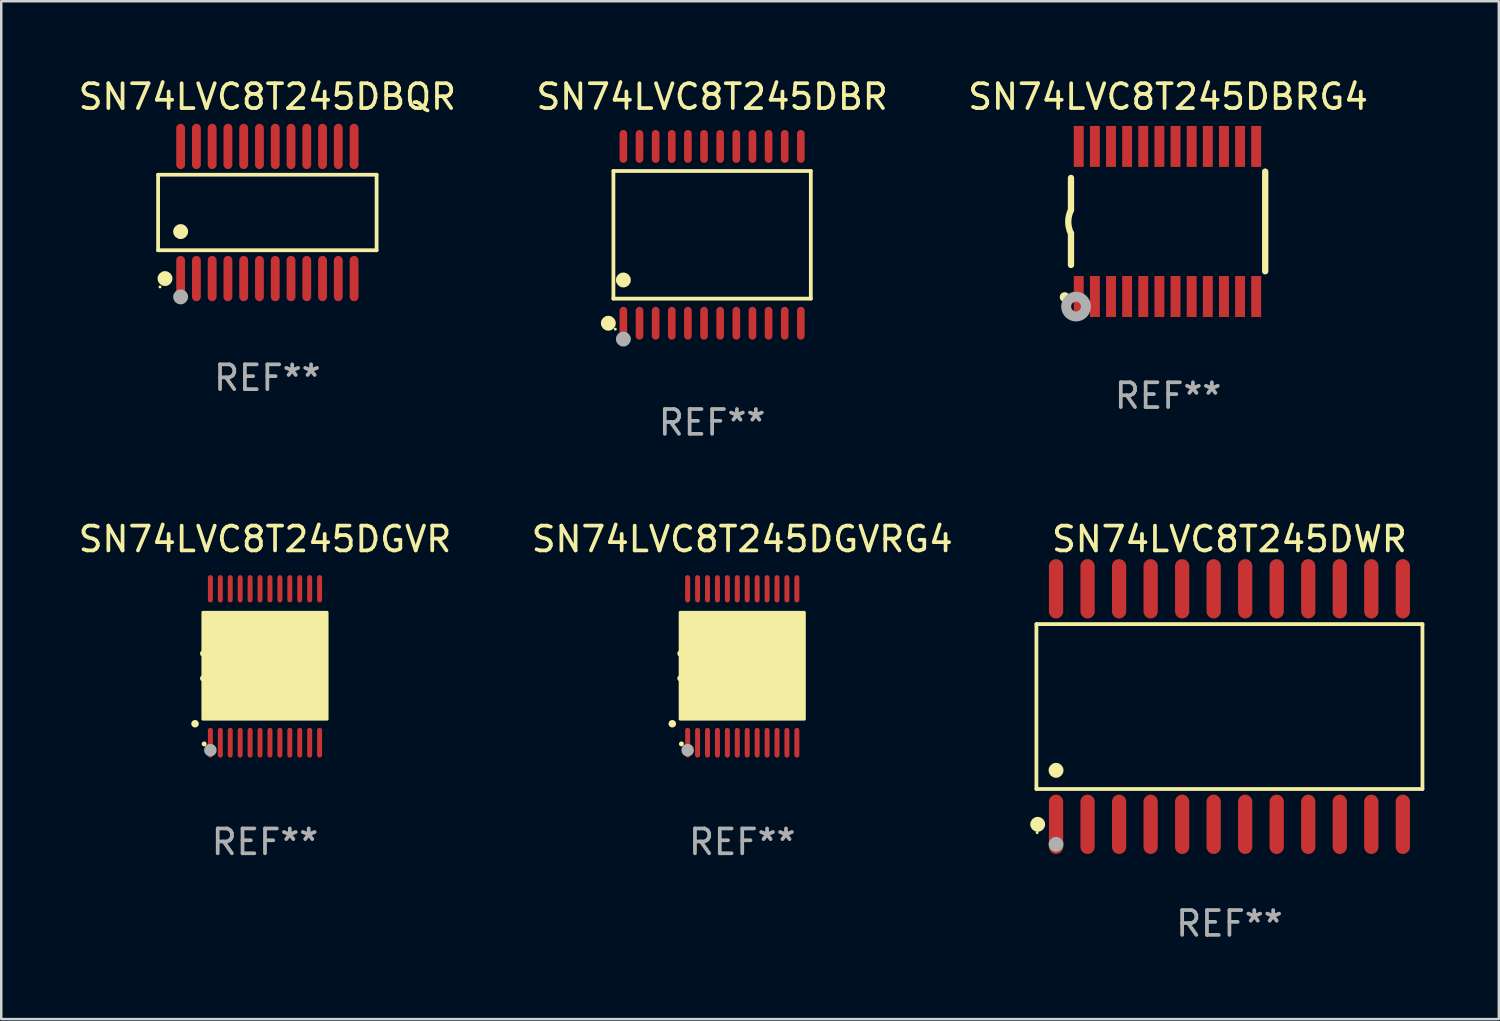
<source format=kicad_pcb>
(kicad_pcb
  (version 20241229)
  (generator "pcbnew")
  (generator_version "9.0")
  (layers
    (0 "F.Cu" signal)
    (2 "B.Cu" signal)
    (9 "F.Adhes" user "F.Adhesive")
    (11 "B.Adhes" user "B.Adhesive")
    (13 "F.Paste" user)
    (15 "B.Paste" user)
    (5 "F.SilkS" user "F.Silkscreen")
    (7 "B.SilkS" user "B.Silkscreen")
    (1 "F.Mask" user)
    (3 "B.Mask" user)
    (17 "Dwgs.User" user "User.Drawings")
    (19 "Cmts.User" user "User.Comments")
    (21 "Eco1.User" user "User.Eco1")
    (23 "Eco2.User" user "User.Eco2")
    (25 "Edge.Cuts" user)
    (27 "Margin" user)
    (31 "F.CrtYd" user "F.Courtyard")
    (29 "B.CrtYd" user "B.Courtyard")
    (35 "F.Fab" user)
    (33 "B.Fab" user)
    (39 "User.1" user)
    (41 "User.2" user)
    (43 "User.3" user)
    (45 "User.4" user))
  (footprint "SN74LVC8T245DBQR"
    (layer "F.Cu")
    (at 7.72 5.51)
    (property "Reference" "SN74LVC8T245DBQR" (at 0 -4.662 0) (layer "F.SilkS") (effects (font (size 1 1) (thickness 0.15))))
    (attr through_hole)
    (fp_line (start -4.401 -1.521) (end 4.401 -1.521) (stroke (width 0.152) (type solid)) (layer "F.SilkS"))
    (fp_line (start -4.401 1.521) (end -4.401 -1.521) (stroke (width 0.152) (type solid)) (layer "F.SilkS"))
    (fp_line (start 4.401 -1.521) (end 4.401 1.521) (stroke (width 0.152) (type solid)) (layer "F.SilkS"))
    (fp_line (start 4.401 1.521) (end -4.401 1.521) (stroke (width 0.152) (type solid)) (layer "F.SilkS"))
    (fp_circle (center -4.325 3) (end -4.295 3) (stroke (width 0.06) (type solid)) (fill no) (layer "F.SilkS"))
    (fp_circle (center -4.123 2.662) (end -3.973 2.662) (stroke (width 0.3) (type solid)) (fill no) (layer "F.SilkS"))
    (fp_circle (center -3.493 0.769) (end -3.342 0.769) (stroke (width 0.3) (type solid)) (fill no) (layer "F.SilkS"))
    (fp_circle (center -3.493 3.4) (end -3.342 3.4) (stroke (width 0.3) (type solid)) (fill no) (layer "F.Fab"))
    (fp_text user "REF**" (at 0 6.662 0) (layer "F.Fab") (effects (font (size 1 1) (thickness 0.15))))
    (pad "1" smd oval (at -3.493 2.662) (size 0.356 1.824) (layers "F.Cu" "F.Mask" "F.Paste"))
    (pad "2" smd oval (at -2.858 2.662) (size 0.356 1.824) (layers "F.Cu" "F.Mask" "F.Paste"))
    (pad "3" smd oval (at -2.223 2.662) (size 0.356 1.824) (layers "F.Cu" "F.Mask" "F.Paste"))
    (pad "4" smd oval (at -1.588 2.662) (size 0.356 1.824) (layers "F.Cu" "F.Mask" "F.Paste"))
    (pad "5" smd oval (at -0.953 2.662) (size 0.356 1.824) (layers "F.Cu" "F.Mask" "F.Paste"))
    (pad "6" smd oval (at -0.318 2.662) (size 0.356 1.824) (layers "F.Cu" "F.Mask" "F.Paste"))
    (pad "7" smd oval (at 0.318 2.662) (size 0.356 1.824) (layers "F.Cu" "F.Mask" "F.Paste"))
    (pad "8" smd oval (at 0.953 2.662) (size 0.356 1.824) (layers "F.Cu" "F.Mask" "F.Paste"))
    (pad "9" smd oval (at 1.588 2.662) (size 0.356 1.824) (layers "F.Cu" "F.Mask" "F.Paste"))
    (pad "10" smd oval (at 2.223 2.662) (size 0.356 1.824) (layers "F.Cu" "F.Mask" "F.Paste"))
    (pad "11" smd oval (at 2.858 2.662) (size 0.356 1.824) (layers "F.Cu" "F.Mask" "F.Paste"))
    (pad "12" smd oval (at 3.493 2.662) (size 0.356 1.824) (layers "F.Cu" "F.Mask" "F.Paste"))
    (pad "13" smd oval (at 3.493 -2.662) (size 0.356 1.824) (layers "F.Cu" "F.Mask" "F.Paste"))
    (pad "14" smd oval (at 2.858 -2.662) (size 0.356 1.824) (layers "F.Cu" "F.Mask" "F.Paste"))
    (pad "15" smd oval (at 2.223 -2.662) (size 0.356 1.824) (layers "F.Cu" "F.Mask" "F.Paste"))
    (pad "16" smd oval (at 1.588 -2.662) (size 0.356 1.824) (layers "F.Cu" "F.Mask" "F.Paste"))
    (pad "17" smd oval (at 0.953 -2.662) (size 0.356 1.824) (layers "F.Cu" "F.Mask" "F.Paste"))
    (pad "18" smd oval (at 0.318 -2.662) (size 0.356 1.824) (layers "F.Cu" "F.Mask" "F.Paste"))
    (pad "19" smd oval (at -0.318 -2.662) (size 0.356 1.824) (layers "F.Cu" "F.Mask" "F.Paste"))
    (pad "20" smd oval (at -0.953 -2.662) (size 0.356 1.824) (layers "F.Cu" "F.Mask" "F.Paste"))
    (pad "21" smd oval (at -1.588 -2.662) (size 0.356 1.824) (layers "F.Cu" "F.Mask" "F.Paste"))
    (pad "22" smd oval (at -2.223 -2.662) (size 0.356 1.824) (layers "F.Cu" "F.Mask" "F.Paste"))
    (pad "23" smd oval (at -2.858 -2.662) (size 0.356 1.824) (layers "F.Cu" "F.Mask" "F.Paste"))
    (pad "24" smd oval (at -3.493 -2.662) (size 0.356 1.824) (layers "F.Cu" "F.Mask" "F.Paste")))
  (footprint "SN74LVC8T245DGVR"
    (layer "F.Cu")
    (at 7.625 23.769)
    (property "Reference" "SN74LVC8T245DGVR" (at 0 -5.1 0) (layer "F.SilkS") (effects (font (size 1 1) (thickness 0.15))))
    (attr through_hole)
    (fp_arc (start -2.819355 2.336703) (mid -2.818085 2.336698) (end -2.816815 2.336703) (stroke (width 0.3) (type solid)) (layer "F.SilkS"))
    (fp_arc (start -2.489154 -0.492863) (mid -1.989154 0.007518) (end -2.489154 0.507899) (stroke (width 0.254001) (type solid)) (layer "F.SilkS"))
    (fp_circle (center -2.45 3.15) (end -2.4 3.15) (stroke (width 0.1) (type solid)) (fill no) (layer "F.SilkS"))
    (fp_poly (pts (xy -2.5 -2.15) (xy 2.5 -2.15) (xy 2.5 2.15) (xy -2.5 2.15)) (stroke (width 0.12) (type solid)) (fill yes) (layer "F.SilkS"))
    (fp_circle (center -2.2 3.4) (end -2.073 3.4) (stroke (width 0.254) (type solid)) (fill no) (layer "F.Fab"))
    (fp_text user "REF**" (at 0 7.1 0) (layer "F.Fab") (effects (font (size 1 1) (thickness 0.15))))
    (pad "1" smd oval (at -2.2 3.1 180) (size 0.2 1.2) (layers "F.Cu" "F.Mask" "F.Paste"))
    (pad "2" smd oval (at -1.8 3.1 180) (size 0.2 1.2) (layers "F.Cu" "F.Mask" "F.Paste"))
    (pad "3" smd oval (at -1.4 3.1 180) (size 0.2 1.2) (layers "F.Cu" "F.Mask" "F.Paste"))
    (pad "4" smd oval (at -1 3.1 180) (size 0.2 1.2) (layers "F.Cu" "F.Mask" "F.Paste"))
    (pad "5" smd oval (at -0.6 3.1 180) (size 0.2 1.2) (layers "F.Cu" "F.Mask" "F.Paste"))
    (pad "6" smd oval (at -0.2 3.1 180) (size 0.2 1.2) (layers "F.Cu" "F.Mask" "F.Paste"))
    (pad "7" smd oval (at 0.2 3.1 180) (size 0.2 1.2) (layers "F.Cu" "F.Mask" "F.Paste"))
    (pad "8" smd oval (at 0.6 3.1 180) (size 0.2 1.2) (layers "F.Cu" "F.Mask" "F.Paste"))
    (pad "9" smd oval (at 1 3.1 180) (size 0.2 1.2) (layers "F.Cu" "F.Mask" "F.Paste"))
    (pad "10" smd oval (at 1.4 3.1 180) (size 0.2 1.2) (layers "F.Cu" "F.Mask" "F.Paste"))
    (pad "11" smd oval (at 1.8 3.1 180) (size 0.2 1.2) (layers "F.Cu" "F.Mask" "F.Paste"))
    (pad "12" smd oval (at 2.2 3.1 180) (size 0.2 1.2) (layers "F.Cu" "F.Mask" "F.Paste"))
    (pad "13" smd oval (at 2.2 -3.1 180) (size 0.2 1.1) (layers "F.Cu" "F.Mask" "F.Paste"))
    (pad "14" smd oval (at 1.8 -3.1 180) (size 0.2 1.1) (layers "F.Cu" "F.Mask" "F.Paste"))
    (pad "15" smd oval (at 1.4 -3.1 180) (size 0.2 1.1) (layers "F.Cu" "F.Mask" "F.Paste"))
    (pad "16" smd oval (at 1 -3.1 180) (size 0.2 1.1) (layers "F.Cu" "F.Mask" "F.Paste"))
    (pad "17" smd oval (at 0.6 -3.1 180) (size 0.2 1.1) (layers "F.Cu" "F.Mask" "F.Paste"))
    (pad "18" smd oval (at 0.2 -3.1 180) (size 0.2 1.1) (layers "F.Cu" "F.Mask" "F.Paste"))
    (pad "19" smd oval (at -0.2 -3.1 180) (size 0.2 1.1) (layers "F.Cu" "F.Mask" "F.Paste"))
    (pad "20" smd oval (at -0.6 -3.1 180) (size 0.2 1.1) (layers "F.Cu" "F.Mask" "F.Paste"))
    (pad "21" smd oval (at -1 -3.1 180) (size 0.2 1.1) (layers "F.Cu" "F.Mask" "F.Paste"))
    (pad "22" smd oval (at -1.4 -3.1 180) (size 0.2 1.1) (layers "F.Cu" "F.Mask" "F.Paste"))
    (pad "23" smd oval (at -1.8 -3.1 180) (size 0.2 1.1) (layers "F.Cu" "F.Mask" "F.Paste"))
    (pad "24" smd oval (at -2.2 -3.1 180) (size 0.2 1.1) (layers "F.Cu" "F.Mask" "F.Paste")))
  (footprint "SN74LVC8T245DBR"
    (layer "F.Cu")
    (at 25.637 6.41)
    (property "Reference" "SN74LVC8T245DBR" (at 0 -5.562 0) (layer "F.SilkS") (effects (font (size 1 1) (thickness 0.15))))
    (attr through_hole)
    (fp_line (start -3.976 -2.571) (end 3.976 -2.571) (stroke (width 0.152) (type solid)) (layer "F.SilkS"))
    (fp_line (start -3.976 2.571) (end -3.976 -2.571) (stroke (width 0.152) (type solid)) (layer "F.SilkS"))
    (fp_line (start 3.976 -2.571) (end 3.976 2.571) (stroke (width 0.152) (type solid)) (layer "F.SilkS"))
    (fp_line (start 3.976 2.571) (end -3.976 2.571) (stroke (width 0.152) (type solid)) (layer "F.SilkS"))
    (fp_circle (center -4.181 3.562) (end -4.031 3.562) (stroke (width 0.3) (type solid)) (fill no) (layer "F.SilkS"))
    (fp_circle (center -3.9 3.8) (end -3.87 3.8) (stroke (width 0.06) (type solid)) (fill no) (layer "F.SilkS"))
    (fp_circle (center -3.575 1.819) (end -3.425 1.819) (stroke (width 0.3) (type solid)) (fill no) (layer "F.SilkS"))
    (fp_circle (center -3.575 4.2) (end -3.425 4.2) (stroke (width 0.3) (type solid)) (fill no) (layer "F.Fab"))
    (fp_text user "REF**" (at 0 7.562 0) (layer "F.Fab") (effects (font (size 1 1) (thickness 0.15))))
    (pad "1" smd oval (at -3.575 3.562) (size 0.308 1.324) (layers "F.Cu" "F.Mask" "F.Paste"))
    (pad "2" smd oval (at -2.925 3.562) (size 0.308 1.324) (layers "F.Cu" "F.Mask" "F.Paste"))
    (pad "3" smd oval (at -2.275 3.562) (size 0.308 1.324) (layers "F.Cu" "F.Mask" "F.Paste"))
    (pad "4" smd oval (at -1.625 3.562) (size 0.308 1.324) (layers "F.Cu" "F.Mask" "F.Paste"))
    (pad "5" smd oval (at -0.975 3.562) (size 0.308 1.324) (layers "F.Cu" "F.Mask" "F.Paste"))
    (pad "6" smd oval (at -0.325 3.562) (size 0.308 1.324) (layers "F.Cu" "F.Mask" "F.Paste"))
    (pad "7" smd oval (at 0.325 3.562) (size 0.308 1.324) (layers "F.Cu" "F.Mask" "F.Paste"))
    (pad "8" smd oval (at 0.975 3.562) (size 0.308 1.324) (layers "F.Cu" "F.Mask" "F.Paste"))
    (pad "9" smd oval (at 1.625 3.562) (size 0.308 1.324) (layers "F.Cu" "F.Mask" "F.Paste"))
    (pad "10" smd oval (at 2.275 3.562) (size 0.308 1.324) (layers "F.Cu" "F.Mask" "F.Paste"))
    (pad "11" smd oval (at 2.925 3.562) (size 0.308 1.324) (layers "F.Cu" "F.Mask" "F.Paste"))
    (pad "12" smd oval (at 3.575 3.562) (size 0.308 1.324) (layers "F.Cu" "F.Mask" "F.Paste"))
    (pad "13" smd oval (at 3.575 -3.562) (size 0.308 1.324) (layers "F.Cu" "F.Mask" "F.Paste"))
    (pad "14" smd oval (at 2.925 -3.562) (size 0.308 1.324) (layers "F.Cu" "F.Mask" "F.Paste"))
    (pad "15" smd oval (at 2.275 -3.562) (size 0.308 1.324) (layers "F.Cu" "F.Mask" "F.Paste"))
    (pad "16" smd oval (at 1.625 -3.562) (size 0.308 1.324) (layers "F.Cu" "F.Mask" "F.Paste"))
    (pad "17" smd oval (at 0.975 -3.562) (size 0.308 1.324) (layers "F.Cu" "F.Mask" "F.Paste"))
    (pad "18" smd oval (at 0.325 -3.562) (size 0.308 1.324) (layers "F.Cu" "F.Mask" "F.Paste"))
    (pad "19" smd oval (at -0.325 -3.562) (size 0.308 1.324) (layers "F.Cu" "F.Mask" "F.Paste"))
    (pad "20" smd oval (at -0.975 -3.562) (size 0.308 1.324) (layers "F.Cu" "F.Mask" "F.Paste"))
    (pad "21" smd oval (at -1.625 -3.562) (size 0.308 1.324) (layers "F.Cu" "F.Mask" "F.Paste"))
    (pad "22" smd oval (at -2.275 -3.562) (size 0.308 1.324) (layers "F.Cu" "F.Mask" "F.Paste"))
    (pad "23" smd oval (at -2.925 -3.562) (size 0.308 1.324) (layers "F.Cu" "F.Mask" "F.Paste"))
    (pad "24" smd oval (at -3.575 -3.562) (size 0.308 1.324) (layers "F.Cu" "F.Mask" "F.Paste")))
  (footprint "SN74LVC8T245DBRG4"
    (layer "F.Cu")
    (at 44.006 5.871)
    (property "Reference" "SN74LVC8T245DBRG4" (at 0 -5.023 0) (layer "F.SilkS") (effects (font (size 1 1) (thickness 0.15))))
    (attr through_hole)
    (fp_line (start -3.912 -0.483) (end -3.912 -1.753) (stroke (width 0.254) (type solid)) (layer "F.SilkS"))
    (fp_line (start -3.912 1.753) (end -3.912 0.483) (stroke (width 0.254) (type solid)) (layer "F.SilkS"))
    (fp_line (start 3.912 -2.007) (end 3.912 2.007) (stroke (width 0.254) (type solid)) (layer "F.SilkS"))
    (fp_arc (start -3.911608 0.482601) (mid -4.022537 0.0127) (end -3.911608 -0.457201) (stroke (width 0.254001) (type solid)) (layer "F.SilkS"))
    (fp_circle (center -4.166 3.048) (end -4.066 3.048) (stroke (width 0.2) (type solid)) (fill no) (layer "F.SilkS"))
    (fp_circle (center -3.925 3.186) (end -3.895 3.186) (stroke (width 0.06) (type solid)) (fill no) (layer "F.SilkS"))
    (fp_circle (center -3.708 3.429) (end -3.509 3.429) (stroke (width 0.4) (type solid)) (fill no) (layer "F.Fab"))
    (fp_text user "REF**" (at 0 7.023 0) (layer "F.Fab") (effects (font (size 1 1) (thickness 0.15))))
    (pad "1" smd rect (at -3.6 3.023) (size 0.4 1.65) (layers "F.Cu" "F.Mask" "F.Paste"))
    (pad "2" smd rect (at -2.95 3.023) (size 0.4 1.65) (layers "F.Cu" "F.Mask" "F.Paste"))
    (pad "3" smd rect (at -2.3 3.023) (size 0.4 1.65) (layers "F.Cu" "F.Mask" "F.Paste"))
    (pad "4" smd rect (at -1.65 3.023) (size 0.4 1.65) (layers "F.Cu" "F.Mask" "F.Paste"))
    (pad "5" smd rect (at -1 3.023) (size 0.4 1.65) (layers "F.Cu" "F.Mask" "F.Paste"))
    (pad "6" smd rect (at -0.35 3.023) (size 0.4 1.65) (layers "F.Cu" "F.Mask" "F.Paste"))
    (pad "7" smd rect (at 0.299 3.023) (size 0.4 1.65) (layers "F.Cu" "F.Mask" "F.Paste"))
    (pad "8" smd rect (at 0.95 3.023) (size 0.4 1.65) (layers "F.Cu" "F.Mask" "F.Paste"))
    (pad "9" smd rect (at 1.6 3.023) (size 0.4 1.65) (layers "F.Cu" "F.Mask" "F.Paste"))
    (pad "10" smd rect (at 2.25 3.023) (size 0.4 1.65) (layers "F.Cu" "F.Mask" "F.Paste"))
    (pad "11" smd rect (at 2.9 3.023) (size 0.4 1.65) (layers "F.Cu" "F.Mask" "F.Paste"))
    (pad "12" smd rect (at 3.549 3.023) (size 0.4 1.65) (layers "F.Cu" "F.Mask" "F.Paste"))
    (pad "13" smd rect (at 3.549 -3.023) (size 0.4 1.65) (layers "F.Cu" "F.Mask" "F.Paste"))
    (pad "14" smd rect (at 2.9 -3.023) (size 0.4 1.65) (layers "F.Cu" "F.Mask" "F.Paste"))
    (pad "15" smd rect (at 2.25 -3.023) (size 0.4 1.65) (layers "F.Cu" "F.Mask" "F.Paste"))
    (pad "16" smd rect (at 1.6 -3.023) (size 0.4 1.65) (layers "F.Cu" "F.Mask" "F.Paste"))
    (pad "17" smd rect (at 0.95 -3.023) (size 0.4 1.65) (layers "F.Cu" "F.Mask" "F.Paste"))
    (pad "18" smd rect (at 0.299 -3.023) (size 0.4 1.65) (layers "F.Cu" "F.Mask" "F.Paste"))
    (pad "19" smd rect (at -0.35 -3.023) (size 0.4 1.65) (layers "F.Cu" "F.Mask" "F.Paste"))
    (pad "20" smd rect (at -1 -3.023) (size 0.4 1.65) (layers "F.Cu" "F.Mask" "F.Paste"))
    (pad "21" smd rect (at -1.65 -3.023) (size 0.4 1.65) (layers "F.Cu" "F.Mask" "F.Paste"))
    (pad "22" smd rect (at -2.3 -3.023) (size 0.4 1.65) (layers "F.Cu" "F.Mask" "F.Paste"))
    (pad "23" smd rect (at -2.95 -3.023) (size 0.4 1.65) (layers "F.Cu" "F.Mask" "F.Paste"))
    (pad "24" smd rect (at -3.6 -3.023) (size 0.4 1.65) (layers "F.Cu" "F.Mask" "F.Paste")))
  (footprint "SN74LVC8T245DGVRG4"
    (layer "F.Cu")
    (at 26.851 23.769)
    (property "Reference" "SN74LVC8T245DGVRG4" (at 0 -5.1 0) (layer "F.SilkS") (effects (font (size 1 1) (thickness 0.15))))
    (attr through_hole)
    (fp_arc (start -2.819355 2.336703) (mid -2.818085 2.336698) (end -2.816815 2.336703) (stroke (width 0.3) (type solid)) (layer "F.SilkS"))
    (fp_arc (start -2.489154 -0.492863) (mid -1.989154 0.007518) (end -2.489154 0.507899) (stroke (width 0.254001) (type solid)) (layer "F.SilkS"))
    (fp_circle (center -2.45 3.15) (end -2.4 3.15) (stroke (width 0.1) (type solid)) (fill no) (layer "F.SilkS"))
    (fp_poly (pts (xy -2.5 -2.15) (xy 2.5 -2.15) (xy 2.5 2.15) (xy -2.5 2.15)) (stroke (width 0.12) (type solid)) (fill yes) (layer "F.SilkS"))
    (fp_circle (center -2.2 3.4) (end -2.073 3.4) (stroke (width 0.254) (type solid)) (fill no) (layer "F.Fab"))
    (fp_text user "REF**" (at 0 7.1 0) (layer "F.Fab") (effects (font (size 1 1) (thickness 0.15))))
    (pad "1" smd oval (at -2.2 3.1 180) (size 0.2 1.2) (layers "F.Cu" "F.Mask" "F.Paste"))
    (pad "2" smd oval (at -1.8 3.1 180) (size 0.2 1.2) (layers "F.Cu" "F.Mask" "F.Paste"))
    (pad "3" smd oval (at -1.4 3.1 180) (size 0.2 1.2) (layers "F.Cu" "F.Mask" "F.Paste"))
    (pad "4" smd oval (at -1 3.1 180) (size 0.2 1.2) (layers "F.Cu" "F.Mask" "F.Paste"))
    (pad "5" smd oval (at -0.6 3.1 180) (size 0.2 1.2) (layers "F.Cu" "F.Mask" "F.Paste"))
    (pad "6" smd oval (at -0.2 3.1 180) (size 0.2 1.2) (layers "F.Cu" "F.Mask" "F.Paste"))
    (pad "7" smd oval (at 0.2 3.1 180) (size 0.2 1.2) (layers "F.Cu" "F.Mask" "F.Paste"))
    (pad "8" smd oval (at 0.6 3.1 180) (size 0.2 1.2) (layers "F.Cu" "F.Mask" "F.Paste"))
    (pad "9" smd oval (at 1 3.1 180) (size 0.2 1.2) (layers "F.Cu" "F.Mask" "F.Paste"))
    (pad "10" smd oval (at 1.4 3.1 180) (size 0.2 1.2) (layers "F.Cu" "F.Mask" "F.Paste"))
    (pad "11" smd oval (at 1.8 3.1 180) (size 0.2 1.2) (layers "F.Cu" "F.Mask" "F.Paste"))
    (pad "12" smd oval (at 2.2 3.1 180) (size 0.2 1.2) (layers "F.Cu" "F.Mask" "F.Paste"))
    (pad "13" smd oval (at 2.2 -3.1 180) (size 0.2 1.1) (layers "F.Cu" "F.Mask" "F.Paste"))
    (pad "14" smd oval (at 1.8 -3.1 180) (size 0.2 1.1) (layers "F.Cu" "F.Mask" "F.Paste"))
    (pad "15" smd oval (at 1.4 -3.1 180) (size 0.2 1.1) (layers "F.Cu" "F.Mask" "F.Paste"))
    (pad "16" smd oval (at 1 -3.1 180) (size 0.2 1.1) (layers "F.Cu" "F.Mask" "F.Paste"))
    (pad "17" smd oval (at 0.6 -3.1 180) (size 0.2 1.1) (layers "F.Cu" "F.Mask" "F.Paste"))
    (pad "18" smd oval (at 0.2 -3.1 180) (size 0.2 1.1) (layers "F.Cu" "F.Mask" "F.Paste"))
    (pad "19" smd oval (at -0.2 -3.1 180) (size 0.2 1.1) (layers "F.Cu" "F.Mask" "F.Paste"))
    (pad "20" smd oval (at -0.6 -3.1 180) (size 0.2 1.1) (layers "F.Cu" "F.Mask" "F.Paste"))
    (pad "21" smd oval (at -1 -3.1 180) (size 0.2 1.1) (layers "F.Cu" "F.Mask" "F.Paste"))
    (pad "22" smd oval (at -1.4 -3.1 180) (size 0.2 1.1) (layers "F.Cu" "F.Mask" "F.Paste"))
    (pad "23" smd oval (at -1.8 -3.1 180) (size 0.2 1.1) (layers "F.Cu" "F.Mask" "F.Paste"))
    (pad "24" smd oval (at -2.2 -3.1 180) (size 0.2 1.1) (layers "F.Cu" "F.Mask" "F.Paste")))
  (footprint "SN74LVC8T245DWR"
    (layer "F.Cu")
    (at 46.477 25.413)
    (property "Reference" "SN74LVC8T245DWR" (at 0 -6.744 0) (layer "F.SilkS") (effects (font (size 1 1) (thickness 0.15))))
    (attr through_hole)
    (fp_line (start -7.776 -3.321) (end 7.776 -3.321) (stroke (width 0.152) (type solid)) (layer "F.SilkS"))
    (fp_line (start -7.776 3.321) (end -7.776 -3.321) (stroke (width 0.152) (type solid)) (layer "F.SilkS"))
    (fp_line (start 7.776 -3.321) (end 7.776 3.321) (stroke (width 0.152) (type solid)) (layer "F.SilkS"))
    (fp_line (start 7.776 3.321) (end -7.776 3.321) (stroke (width 0.152) (type solid)) (layer "F.SilkS"))
    (fp_circle (center -7.747 5.08) (end -7.717 5.08) (stroke (width 0.06) (type solid)) (fill no) (layer "F.SilkS"))
    (fp_circle (center -7.724 4.744) (end -7.574 4.744) (stroke (width 0.3) (type solid)) (fill no) (layer "F.SilkS"))
    (fp_circle (center -6.985 2.569) (end -6.835 2.569) (stroke (width 0.3) (type solid)) (fill no) (layer "F.SilkS"))
    (fp_circle (center -6.985 5.55) (end -6.835 5.55) (stroke (width 0.3) (type solid)) (fill no) (layer "F.Fab"))
    (fp_text user "REF**" (at 0 8.744 0) (layer "F.Fab") (effects (font (size 1 1) (thickness 0.15))))
    (pad "1" smd oval (at -6.985 4.744) (size 0.574 2.388) (layers "F.Cu" "F.Mask" "F.Paste"))
    (pad "2" smd oval (at -5.715 4.744) (size 0.574 2.388) (layers "F.Cu" "F.Mask" "F.Paste"))
    (pad "3" smd oval (at -4.445 4.744) (size 0.574 2.388) (layers "F.Cu" "F.Mask" "F.Paste"))
    (pad "4" smd oval (at -3.175 4.744) (size 0.574 2.388) (layers "F.Cu" "F.Mask" "F.Paste"))
    (pad "5" smd oval (at -1.905 4.744) (size 0.574 2.388) (layers "F.Cu" "F.Mask" "F.Paste"))
    (pad "6" smd oval (at -0.635 4.744) (size 0.574 2.388) (layers "F.Cu" "F.Mask" "F.Paste"))
    (pad "7" smd oval (at 0.635 4.744) (size 0.574 2.388) (layers "F.Cu" "F.Mask" "F.Paste"))
    (pad "8" smd oval (at 1.905 4.744) (size 0.574 2.388) (layers "F.Cu" "F.Mask" "F.Paste"))
    (pad "9" smd oval (at 3.175 4.744) (size 0.574 2.388) (layers "F.Cu" "F.Mask" "F.Paste"))
    (pad "10" smd oval (at 4.445 4.744) (size 0.574 2.388) (layers "F.Cu" "F.Mask" "F.Paste"))
    (pad "11" smd oval (at 5.715 4.744) (size 0.574 2.388) (layers "F.Cu" "F.Mask" "F.Paste"))
    (pad "12" smd oval (at 6.985 4.744) (size 0.574 2.388) (layers "F.Cu" "F.Mask" "F.Paste"))
    (pad "13" smd oval (at 6.985 -4.744) (size 0.574 2.388) (layers "F.Cu" "F.Mask" "F.Paste"))
    (pad "14" smd oval (at 5.715 -4.744) (size 0.574 2.388) (layers "F.Cu" "F.Mask" "F.Paste"))
    (pad "15" smd oval (at 4.445 -4.744) (size 0.574 2.388) (layers "F.Cu" "F.Mask" "F.Paste"))
    (pad "16" smd oval (at 3.175 -4.744) (size 0.574 2.388) (layers "F.Cu" "F.Mask" "F.Paste"))
    (pad "17" smd oval (at 1.905 -4.744) (size 0.574 2.388) (layers "F.Cu" "F.Mask" "F.Paste"))
    (pad "18" smd oval (at 0.635 -4.744) (size 0.574 2.388) (layers "F.Cu" "F.Mask" "F.Paste"))
    (pad "19" smd oval (at -0.635 -4.744) (size 0.574 2.388) (layers "F.Cu" "F.Mask" "F.Paste"))
    (pad "20" smd oval (at -1.905 -4.744) (size 0.574 2.388) (layers "F.Cu" "F.Mask" "F.Paste"))
    (pad "21" smd oval (at -3.175 -4.744) (size 0.574 2.388) (layers "F.Cu" "F.Mask" "F.Paste"))
    (pad "22" smd oval (at -4.445 -4.744) (size 0.574 2.388) (layers "F.Cu" "F.Mask" "F.Paste"))
    (pad "23" smd oval (at -5.715 -4.744) (size 0.574 2.388) (layers "F.Cu" "F.Mask" "F.Paste"))
    (pad "24" smd oval (at -6.985 -4.744) (size 0.574 2.388) (layers "F.Cu" "F.Mask" "F.Paste")))
  (gr_rect
    (start -3 -3)
    (end 57.329 38.005)
    (stroke (width 0.1) (type default))
    (fill no)
    (layer "Edge.Cuts")))
</source>
